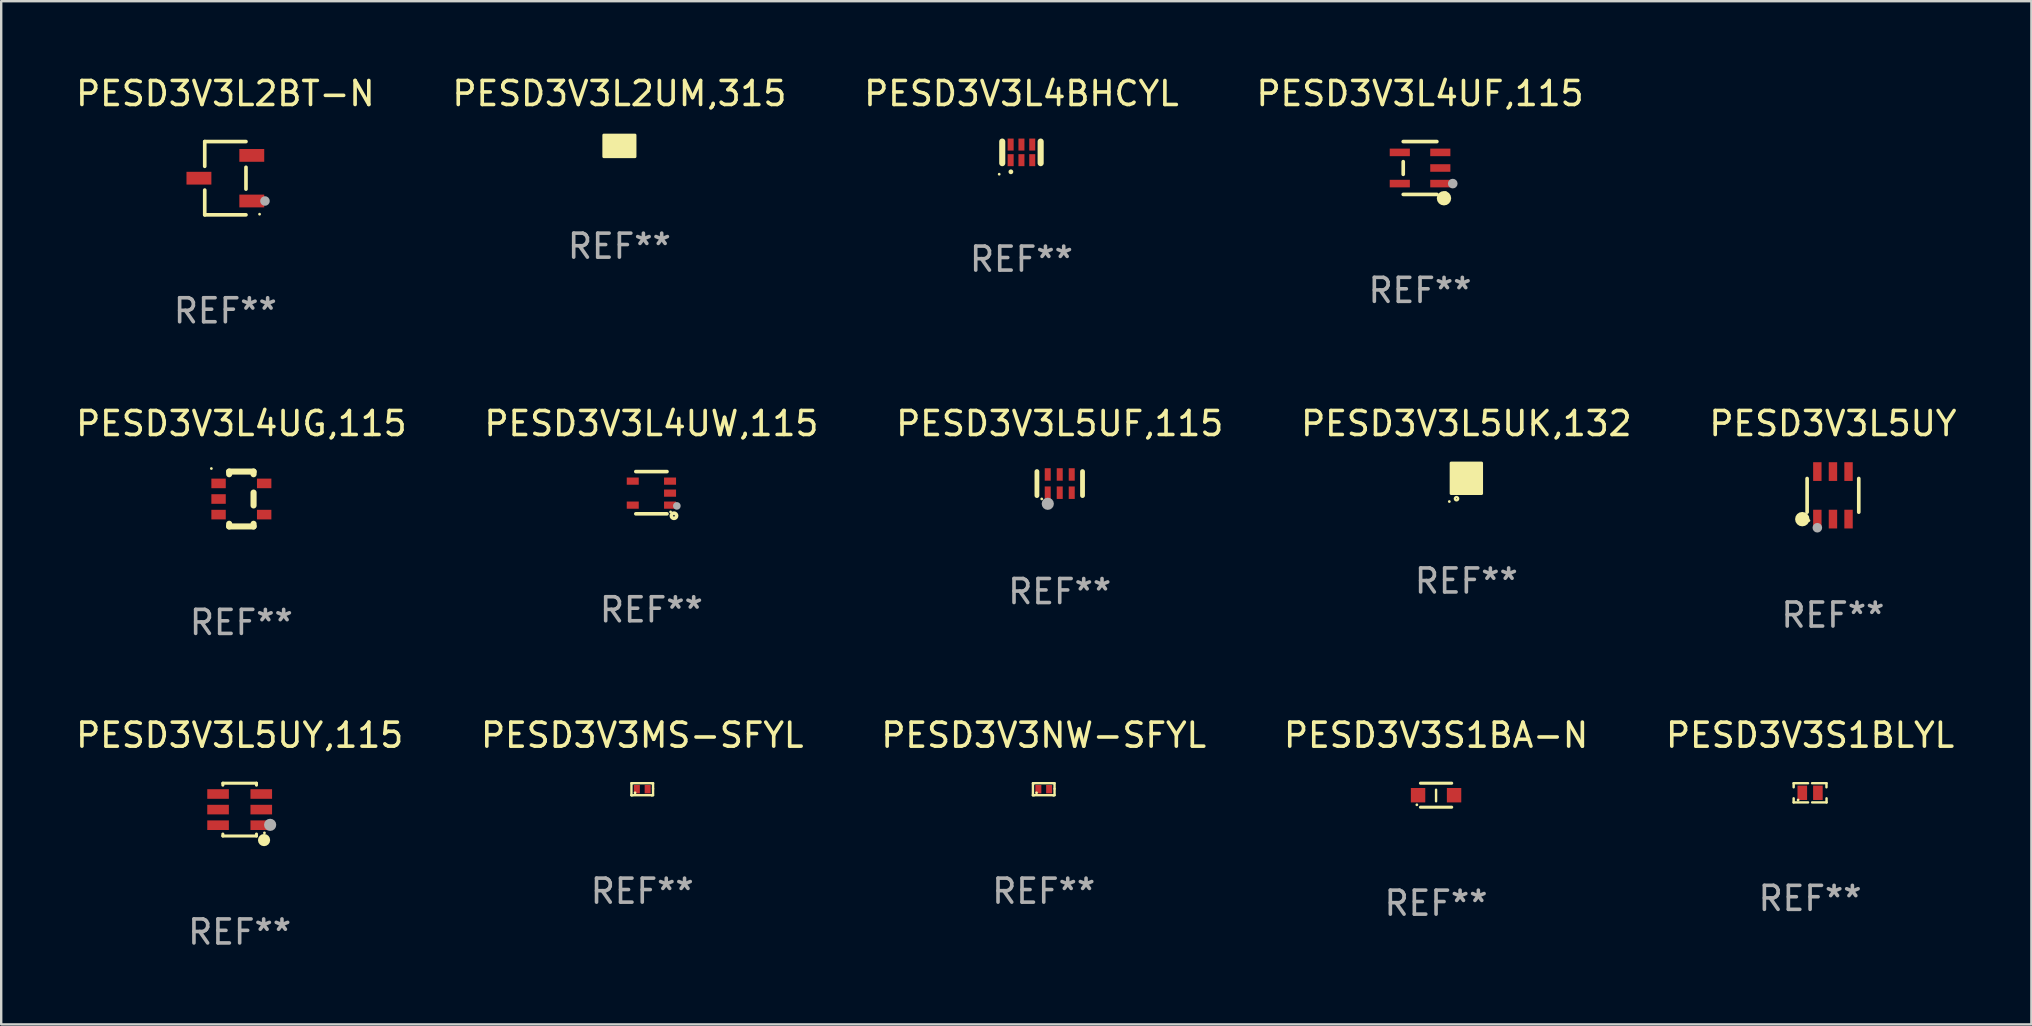
<source format=kicad_pcb>
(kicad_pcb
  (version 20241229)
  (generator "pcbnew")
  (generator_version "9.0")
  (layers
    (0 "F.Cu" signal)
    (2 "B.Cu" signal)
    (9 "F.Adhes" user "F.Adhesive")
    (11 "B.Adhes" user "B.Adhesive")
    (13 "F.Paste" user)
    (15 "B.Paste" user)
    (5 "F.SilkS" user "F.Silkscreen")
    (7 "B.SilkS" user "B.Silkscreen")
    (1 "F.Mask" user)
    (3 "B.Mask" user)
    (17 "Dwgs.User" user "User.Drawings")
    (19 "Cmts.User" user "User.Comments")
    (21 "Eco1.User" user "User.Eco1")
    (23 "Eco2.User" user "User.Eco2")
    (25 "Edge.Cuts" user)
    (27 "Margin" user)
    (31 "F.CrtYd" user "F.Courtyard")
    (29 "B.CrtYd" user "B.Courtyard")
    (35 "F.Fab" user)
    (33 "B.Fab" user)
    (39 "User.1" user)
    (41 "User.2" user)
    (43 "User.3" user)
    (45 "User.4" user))
  (footprint "PESD3V3L2UM,315"
    (layer "F.Cu")
    (at 22.756 3.028)
    (property "Reference" "PESD3V3L2UM,315" (at 0 -2.18 0) (layer "F.SilkS") (effects (font (size 1 1) (thickness 0.15))))
    (attr through_hole)
    (fp_circle (center 0.513 0.311) (end 0.543 0.311) (stroke (width 0.06) (type solid)) (fill no) (layer "F.SilkS"))
    (fp_poly (pts (xy -0.65 -0.45) (xy 0.65 -0.45) (xy 0.65 0.45) (xy -0.65 0.45)) (stroke (width 0.12) (type solid)) (fill yes) (layer "F.SilkS"))
    (fp_text user "REF**" (at 0 4.18 0) (layer "F.Fab") (effects (font (size 1 1) (thickness 0.15))))
    (pad "1" smd custom (at 0.35 0.18) (size 0.26 0.16) (layers "F.Cu" "F.Mask" "F.Paste") (options (anchor circle)) (primitives (gr_poly (pts (xy 0.13 0.08) (xy -0.13 0.08) (xy -0.13 -0.08) (xy 0.13 -0.08)) (width 0) (fill yes))))
    (pad "2" smd custom (at 0.35 -0.18) (size 0.26 0.16) (layers "F.Cu" "F.Mask" "F.Paste") (options (anchor circle)) (primitives (gr_poly (pts (xy 0.13 0.08) (xy -0.13 0.08) (xy -0.13 -0.08) (xy 0.13 -0.08)) (width 0) (fill yes))))
    (pad "3" smd custom (at -0.35 -0.005) (size 0.26 0.51) (layers "F.Cu" "F.Mask" "F.Paste") (options (anchor circle)) (primitives (gr_poly (pts (xy 0.13 0.255) (xy -0.13 0.255) (xy -0.13 -0.255) (xy 0.13 -0.255)) (width 0) (fill yes)))))
  (footprint "PESD3V3L5UK,132"
    (layer "F.Cu")
    (at 58.042 16.877)
    (property "Reference" "PESD3V3L5UK,132" (at 0 -2.28 0) (layer "F.SilkS") (effects (font (size 1 1) (thickness 0.15))))
    (attr through_hole)
    (fp_circle (center -0.71 0.968) (end -0.68 0.968) (stroke (width 0.06) (type solid)) (fill no) (layer "F.SilkS"))
    (fp_circle (center -0.41 0.85) (end -0.342 0.85) (stroke (width 0.1) (type solid)) (fill no) (layer "F.SilkS"))
    (fp_poly (pts (xy -0.635 -0.635) (xy 0.635 -0.635) (xy 0.635 0.635) (xy -0.635 0.635)) (stroke (width 0.12) (type solid)) (fill yes) (layer "F.SilkS"))
    (fp_text user "REF**" (at 0 4.28 0) (layer "F.Fab") (effects (font (size 1 1) (thickness 0.15))))
    (pad "1" smd rect (at -0.35 0.28 90) (size 0.4 0.2) (layers "F.Cu" "F.Mask" "F.Paste"))
    (pad "2" smd rect (at 0 0.28 90) (size 0.4 0.2) (layers "F.Cu" "F.Mask" "F.Paste"))
    (pad "3" smd rect (at 0.35 0.28 90) (size 0.4 0.2) (layers "F.Cu" "F.Mask" "F.Paste"))
    (pad "4" smd rect (at 0.35 -0.28 90) (size 0.4 0.2) (layers "F.Cu" "F.Mask" "F.Paste"))
    (pad "5" smd rect (at 0 -0.28 90) (size 0.4 0.2) (layers "F.Cu" "F.Mask" "F.Paste"))
    (pad "6" smd rect (at -0.35 -0.28 90) (size 0.4 0.2) (layers "F.Cu" "F.Mask" "F.Paste")))
  (footprint "PESD3V3L4UG,115"
    (layer "F.Cu")
    (at 7.006 17.74)
    (property "Reference" "PESD3V3L4UG,115" (at 0 -3.143 0) (layer "F.SilkS") (effects (font (size 1 1) (thickness 0.15))))
    (attr through_hole)
    (fp_line (start -0.508 -1.143) (end 0.508 -1.143) (stroke (width 0.254) (type solid)) (layer "F.SilkS"))
    (fp_line (start -0.508 -1.032) (end -0.508 -1.143) (stroke (width 0.254) (type solid)) (layer "F.SilkS"))
    (fp_line (start -0.508 1.143) (end -0.508 1.032) (stroke (width 0.254) (type solid)) (layer "F.SilkS"))
    (fp_line (start 0.508 -1.143) (end 0.508 -1.032) (stroke (width 0.254) (type solid)) (layer "F.SilkS"))
    (fp_line (start 0.508 -0.268) (end 0.508 0.268) (stroke (width 0.254) (type solid)) (layer "F.SilkS"))
    (fp_line (start 0.508 1.032) (end 0.508 1.143) (stroke (width 0.254) (type solid)) (layer "F.SilkS"))
    (fp_line (start 0.508 1.143) (end -0.508 1.143) (stroke (width 0.254) (type solid)) (layer "F.SilkS"))
    (fp_circle (center -1.25 -1.27) (end -1.22 -1.27) (stroke (width 0.06) (type solid)) (fill no) (layer "F.SilkS"))
    (fp_text user "REF**" (at 0 5.143 0) (layer "F.Fab") (effects (font (size 1 1) (thickness 0.15))))
    (pad "1" smd rect (at -0.95 -0.65 90) (size 0.4 0.6) (layers "F.Cu" "F.Mask" "F.Paste"))
    (pad "2" smd rect (at -0.95 0 90) (size 0.4 0.6) (layers "F.Cu" "F.Mask" "F.Paste"))
    (pad "3" smd rect (at -0.95 0.65 90) (size 0.4 0.6) (layers "F.Cu" "F.Mask" "F.Paste"))
    (pad "4" smd rect (at 0.95 0.65 90) (size 0.4 0.6) (layers "F.Cu" "F.Mask" "F.Paste"))
    (pad "5" smd rect (at 0.95 -0.65 90) (size 0.4 0.6) (layers "F.Cu" "F.Mask" "F.Paste")))
  (footprint "PESD3V3L4UW,115"
    (layer "F.Cu")
    (at 24.089 17.477)
    (property "Reference" "PESD3V3L4UW,115" (at 0 -2.88 0) (layer "F.SilkS") (effects (font (size 1 1) (thickness 0.15))))
    (attr through_hole)
    (fp_line (start 0.65 -0.88) (end -0.65 -0.88) (stroke (width 0.15) (type solid)) (layer "F.SilkS"))
    (fp_line (start 0.65 0.88) (end -0.65 0.88) (stroke (width 0.15) (type solid)) (layer "F.SilkS"))
    (fp_circle (center 0.8 0.8) (end 0.83 0.8) (stroke (width 0.06) (type solid)) (fill no) (layer "F.SilkS"))
    (fp_circle (center 0.94 0.96) (end 1.05 0.96) (stroke (width 0.15) (type solid)) (fill no) (layer "F.SilkS"))
    (fp_circle (center 1.06 0.55) (end 1.14 0.55) (stroke (width 0.16) (type solid)) (fill no) (layer "F.Fab"))
    (fp_text user "REF**" (at 0 4.88 0) (layer "F.Fab") (effects (font (size 1 1) (thickness 0.15))))
    (pad "1" smd rect (at 0.777 0.518) (size 0.5 0.3) (layers "F.Cu" "F.Mask" "F.Paste"))
    (pad "2" smd rect (at 0.777 0.018) (size 0.5 0.3) (layers "F.Cu" "F.Mask" "F.Paste"))
    (pad "3" smd rect (at 0.777 -0.482) (size 0.5 0.3) (layers "F.Cu" "F.Mask" "F.Paste"))
    (pad "4" smd rect (at -0.777 -0.482) (size 0.5 0.3) (layers "F.Cu" "F.Mask" "F.Paste"))
    (pad "5" smd rect (at -0.777 0.518) (size 0.5 0.3) (layers "F.Cu" "F.Mask" "F.Paste")))
  (footprint "PESD3V3L4BHCYL"
    (layer "F.Cu")
    (at 39.506 3.298)
    (property "Reference" "PESD3V3L4BHCYL" (at 0 -2.45 0) (layer "F.SilkS") (effects (font (size 1 1) (thickness 0.15))))
    (attr through_hole)
    (fp_line (start -0.8 -0.45) (end -0.8 0.45) (stroke (width 0.254) (type solid)) (layer "F.SilkS"))
    (fp_line (start 0.8 -0.45) (end 0.8 0.45) (stroke (width 0.254) (type solid)) (layer "F.SilkS"))
    (fp_circle (center -0.927 0.91) (end -0.897 0.91) (stroke (width 0.06) (type solid)) (fill no) (layer "F.SilkS"))
    (fp_circle (center -0.44 0.81) (end -0.39 0.81) (stroke (width 0.1) (type solid)) (fill no) (layer "F.SilkS"))
    (fp_text user "REF**" (at 0 4.45 0) (layer "F.Fab") (effects (font (size 1 1) (thickness 0.15))))
    (pad "1" smd rect (at -0.45 0.325) (size 0.25 0.5) (layers "F.Cu" "F.Mask" "F.Paste"))
    (pad "2" smd rect (at 0 0.325) (size 0.25 0.5) (layers "F.Cu" "F.Mask" "F.Paste"))
    (pad "3" smd rect (at 0.45 0.325) (size 0.25 0.5) (layers "F.Cu" "F.Mask" "F.Paste"))
    (pad "4" smd rect (at 0.45 -0.325) (size 0.25 0.5) (layers "F.Cu" "F.Mask" "F.Paste"))
    (pad "5" smd rect (at 0 -0.325) (size 0.25 0.5) (layers "F.Cu" "F.Mask" "F.Paste"))
    (pad "6" smd rect (at -0.45 -0.325) (size 0.25 0.5) (layers "F.Cu" "F.Mask" "F.Paste")))
  (footprint "PESD3V3L4UF,115"
    (layer "F.Cu")
    (at 56.113 3.949)
    (property "Reference" "PESD3V3L4UF,115" (at 0 -3.101 0) (layer "F.SilkS") (effects (font (size 1 1) (thickness 0.15))))
    (attr through_hole)
    (fp_line (start -0.701 -0.264) (end -0.701 0.264) (stroke (width 0.152) (type solid)) (layer "F.SilkS"))
    (fp_line (start 0.701 -1.101) (end -0.701 -1.101) (stroke (width 0.152) (type solid)) (layer "F.SilkS"))
    (fp_line (start 0.701 1.101) (end -0.701 1.101) (stroke (width 0.152) (type solid)) (layer "F.SilkS"))
    (fp_circle (center 0.997 1.26) (end 1.147 1.26) (stroke (width 0.3) (type solid)) (fill no) (layer "F.SilkS"))
    (fp_circle (center 1.063 1.025) (end 1.093 1.025) (stroke (width 0.06) (type solid)) (fill no) (layer "F.SilkS"))
    (fp_circle (center 1.362 0.65) (end 1.463 0.65) (stroke (width 0.2) (type solid)) (fill no) (layer "F.Fab"))
    (fp_text user "REF**" (at 0 5.101 0) (layer "F.Fab") (effects (font (size 1 1) (thickness 0.15))))
    (pad "1" smd rect (at 0.844 0.65) (size 0.839 0.315) (layers "F.Cu" "F.Mask" "F.Paste"))
    (pad "2" smd rect (at 0.844 0) (size 0.839 0.315) (layers "F.Cu" "F.Mask" "F.Paste"))
    (pad "3" smd rect (at 0.844 -0.65) (size 0.839 0.315) (layers "F.Cu" "F.Mask" "F.Paste"))
    (pad "4" smd rect (at -0.844 -0.65) (size 0.839 0.315) (layers "F.Cu" "F.Mask" "F.Paste"))
    (pad "5" smd rect (at -0.844 0.65) (size 0.839 0.315) (layers "F.Cu" "F.Mask" "F.Paste")))
  (footprint "PESD3V3L5UF,115"
    (layer "F.Cu")
    (at 41.101 17.097)
    (property "Reference" "PESD3V3L5UF,115" (at 0 -2.5 0) (layer "F.SilkS") (effects (font (size 1 1) (thickness 0.15))))
    (attr through_hole)
    (fp_line (start -0.95 0.5) (end -0.95 -0.5) (stroke (width 0.2) (type solid)) (layer "F.SilkS"))
    (fp_line (start 0.95 0.5) (end 0.95 -0.5) (stroke (width 0.2) (type solid)) (layer "F.SilkS"))
    (fp_circle (center -0.75 0.64) (end -0.72 0.64) (stroke (width 0.06) (type solid)) (fill no) (layer "F.SilkS"))
    (fp_circle (center -0.498 0.842) (end -0.371 0.842) (stroke (width 0.254) (type solid)) (fill no) (layer "F.Fab"))
    (fp_text user "REF**" (at 0 4.5 0) (layer "F.Fab") (effects (font (size 1 1) (thickness 0.15))))
    (pad "1" smd rect (at -0.5 0.38) (size 0.25 0.52) (layers "F.Cu" "F.Mask" "F.Paste"))
    (pad "2" smd rect (at 0 0.38) (size 0.25 0.52) (layers "F.Cu" "F.Mask" "F.Paste"))
    (pad "3" smd rect (at 0.5 0.38) (size 0.25 0.52) (layers "F.Cu" "F.Mask" "F.Paste"))
    (pad "4" smd rect (at 0.5 -0.38 180) (size 0.25 0.52) (layers "F.Cu" "F.Mask" "F.Paste"))
    (pad "5" smd rect (at 0 -0.38 180) (size 0.25 0.52) (layers "F.Cu" "F.Mask" "F.Paste"))
    (pad "6" smd rect (at -0.5 -0.38 180) (size 0.25 0.52) (layers "F.Cu" "F.Mask" "F.Paste")))
  (footprint "PESD3V3S1BA-N"
    (layer "F.Cu")
    (at 56.78 30.08)
    (property "Reference" "PESD3V3S1BA-N" (at 0 -2.5 0) (layer "F.SilkS") (effects (font (size 1 1) (thickness 0.15))))
    (attr through_hole)
    (fp_line (start -0.65 -0.5) (end 0.65 -0.5) (stroke (width 0.13) (type solid)) (layer "F.SilkS"))
    (fp_line (start -0.65 0.5) (end 0.65 0.5) (stroke (width 0.13) (type solid)) (layer "F.SilkS"))
    (fp_line (start 0 -0.229) (end 0 0.254) (stroke (width 0.1) (type solid)) (layer "F.SilkS"))
    (fp_circle (center -0.8 0.4) (end -0.77 0.4) (stroke (width 0.06) (type solid)) (fill no) (layer "F.SilkS"))
    (fp_text user "REF**" (at 0 4.5 0) (layer "F.Fab") (effects (font (size 1 1) (thickness 0.15))))
    (pad "1" smd rect (at -0.75 0) (size 0.6 0.6) (layers "F.Cu" "F.Mask" "F.Paste"))
    (pad "2" smd rect (at 0.75 0 180) (size 0.6 0.6) (layers "F.Cu" "F.Mask" "F.Paste")))
  (footprint "PESD3V3S1BLYL"
    (layer "F.Cu")
    (at 72.363 29.98)
    (property "Reference" "PESD3V3S1BLYL" (at 0 -2.4 0) (layer "F.SilkS") (effects (font (size 1 1) (thickness 0.15))))
    (attr through_hole)
    (fp_line (start -0.685 -0.4) (end -0.685 -0.23) (stroke (width 0.102) (type solid)) (layer "F.SilkS"))
    (fp_line (start -0.685 0.4) (end -0.685 0.23) (stroke (width 0.102) (type solid)) (layer "F.SilkS"))
    (fp_line (start -0.085 -0.4) (end -0.685 -0.4) (stroke (width 0.102) (type solid)) (layer "F.SilkS"))
    (fp_line (start -0.085 0.4) (end -0.685 0.4) (stroke (width 0.102) (type solid)) (layer "F.SilkS"))
    (fp_line (start 0.082 -0.4) (end 0.682 -0.4) (stroke (width 0.102) (type solid)) (layer "F.SilkS"))
    (fp_line (start 0.085 0.4) (end 0.685 0.4) (stroke (width 0.102) (type solid)) (layer "F.SilkS"))
    (fp_line (start 0.682 -0.4) (end 0.682 -0.23) (stroke (width 0.102) (type solid)) (layer "F.SilkS"))
    (fp_line (start 0.685 0.4) (end 0.685 0.23) (stroke (width 0.102) (type solid)) (layer "F.SilkS"))
    (fp_circle (center -0.5 0.3) (end -0.47 0.3) (stroke (width 0.06) (type solid)) (fill no) (layer "F.SilkS"))
    (fp_text user "REF**" (at 0 4.4 0) (layer "F.Fab") (effects (font (size 1 1) (thickness 0.15))))
    (pad "1" smd rect (at -0.325 0) (size 0.4 0.6) (layers "F.Cu" "F.Mask" "F.Paste"))
    (pad "2" smd rect (at 0.325 0) (size 0.4 0.6) (layers "F.Cu" "F.Mask" "F.Paste")))
  (footprint "PESD3V3MS-SFYL"
    (layer "F.Cu")
    (at 23.708 29.83)
    (property "Reference" "PESD3V3MS-SFYL" (at 0 -2.25 0) (layer "F.SilkS") (effects (font (size 1 1) (thickness 0.15))))
    (attr through_hole)
    (fp_line (start -0.45 -0.25) (end -0.45 0.25) (stroke (width 0.1) (type solid)) (layer "F.SilkS"))
    (fp_line (start -0.45 0.25) (end -0.45 0.25) (stroke (width 0.1) (type solid)) (layer "F.SilkS"))
    (fp_line (start -0.4 -0.25) (end -0.45 -0.25) (stroke (width 0.1) (type solid)) (layer "F.SilkS"))
    (fp_line (start -0.4 -0.25) (end 0.4 -0.25) (stroke (width 0.1) (type solid)) (layer "F.SilkS"))
    (fp_line (start -0.4 0.25) (end -0.45 0.25) (stroke (width 0.1) (type solid)) (layer "F.SilkS"))
    (fp_line (start -0.4 0.25) (end 0.4 0.25) (stroke (width 0.1) (type solid)) (layer "F.SilkS"))
    (fp_line (start 0.4 -0.25) (end 0.45 -0.25) (stroke (width 0.1) (type solid)) (layer "F.SilkS"))
    (fp_line (start 0.4 0.25) (end 0.4 0.25) (stroke (width 0.1) (type solid)) (layer "F.SilkS"))
    (fp_line (start 0.45 -0.25) (end 0.45 -0.018) (stroke (width 0.1) (type solid)) (layer "F.SilkS"))
    (fp_line (start 0.45 -0.018) (end 0.45 0.25) (stroke (width 0.1) (type solid)) (layer "F.SilkS"))
    (fp_line (start 0.45 0.25) (end 0.4 0.25) (stroke (width 0.1) (type solid)) (layer "F.SilkS"))
    (fp_circle (center -0.3 0.15) (end -0.27 0.15) (stroke (width 0.06) (type solid)) (fill no) (layer "F.SilkS"))
    (fp_text user "REF**" (at 0 4.25 0) (layer "F.Fab") (effects (font (size 1 1) (thickness 0.15))))
    (pad "1" smd rect (at -0.225 0) (size 0.25 0.35) (layers "F.Cu" "F.Mask" "F.Paste"))
    (pad "2" smd rect (at 0.225 0) (size 0.25 0.35) (layers "F.Cu" "F.Mask" "F.Paste")))
  (footprint "PESD3V3L2BT-N"
    (layer "F.Cu")
    (at 6.339 4.374)
    (property "Reference" "PESD3V3L2BT-N" (at 0 -3.526 0) (layer "F.SilkS") (effects (font (size 1 1) (thickness 0.15))))
    (attr through_hole)
    (fp_line (start -0.859 -1.526) (end -0.859 -0.495) (stroke (width 0.152) (type solid)) (layer "F.SilkS"))
    (fp_line (start -0.859 1.526) (end -0.859 0.495) (stroke (width 0.152) (type solid)) (layer "F.SilkS"))
    (fp_line (start 0.859 -1.526) (end -0.859 -1.526) (stroke (width 0.152) (type solid)) (layer "F.SilkS"))
    (fp_line (start 0.859 -0.455) (end 0.859 0.455) (stroke (width 0.152) (type solid)) (layer "F.SilkS"))
    (fp_line (start 0.859 1.526) (end -0.859 1.526) (stroke (width 0.152) (type solid)) (layer "F.SilkS"))
    (fp_circle (center 1.425 1.5) (end 1.455 1.5) (stroke (width 0.06) (type solid)) (fill no) (layer "F.SilkS"))
    (fp_circle (center 1.65 0.95) (end 1.75 0.95) (stroke (width 0.2) (type solid)) (fill no) (layer "F.Fab"))
    (fp_text user "REF**" (at 0 5.526 0) (layer "F.Fab") (effects (font (size 1 1) (thickness 0.15))))
    (pad "1" smd rect (at 1.101 0.95) (size 1.037 0.532) (layers "F.Cu" "F.Mask" "F.Paste"))
    (pad "2" smd rect (at 1.101 -0.95) (size 1.037 0.532) (layers "F.Cu" "F.Mask" "F.Paste"))
    (pad "3" smd rect (at -1.101 0) (size 1.037 0.532) (layers "F.Cu" "F.Mask" "F.Paste")))
  (footprint "PESD3V3NW-SFYL"
    (layer "F.Cu")
    (at 40.435 29.83)
    (property "Reference" "PESD3V3NW-SFYL" (at 0 -2.25 0) (layer "F.SilkS") (effects (font (size 1 1) (thickness 0.15))))
    (attr through_hole)
    (fp_line (start -0.45 -0.25) (end -0.45 0.25) (stroke (width 0.1) (type solid)) (layer "F.SilkS"))
    (fp_line (start -0.45 0.25) (end -0.45 0.25) (stroke (width 0.1) (type solid)) (layer "F.SilkS"))
    (fp_line (start -0.4 -0.25) (end -0.45 -0.25) (stroke (width 0.1) (type solid)) (layer "F.SilkS"))
    (fp_line (start -0.4 -0.25) (end 0.4 -0.25) (stroke (width 0.1) (type solid)) (layer "F.SilkS"))
    (fp_line (start -0.4 0.25) (end -0.45 0.25) (stroke (width 0.1) (type solid)) (layer "F.SilkS"))
    (fp_line (start -0.4 0.25) (end 0.4 0.25) (stroke (width 0.1) (type solid)) (layer "F.SilkS"))
    (fp_line (start 0.4 -0.25) (end 0.45 -0.25) (stroke (width 0.1) (type solid)) (layer "F.SilkS"))
    (fp_line (start 0.4 0.25) (end 0.4 0.25) (stroke (width 0.1) (type solid)) (layer "F.SilkS"))
    (fp_line (start 0.45 -0.25) (end 0.45 -0.018) (stroke (width 0.1) (type solid)) (layer "F.SilkS"))
    (fp_line (start 0.45 -0.018) (end 0.45 0.25) (stroke (width 0.1) (type solid)) (layer "F.SilkS"))
    (fp_line (start 0.45 0.25) (end 0.4 0.25) (stroke (width 0.1) (type solid)) (layer "F.SilkS"))
    (fp_circle (center -0.3 0.15) (end -0.27 0.15) (stroke (width 0.06) (type solid)) (fill no) (layer "F.SilkS"))
    (fp_text user "REF**" (at 0 4.25 0) (layer "F.Fab") (effects (font (size 1 1) (thickness 0.15))))
    (pad "1" smd rect (at -0.225 0) (size 0.25 0.35) (layers "F.Cu" "F.Mask" "F.Paste"))
    (pad "2" smd rect (at 0.225 0) (size 0.25 0.35) (layers "F.Cu" "F.Mask" "F.Paste")))
  (footprint "PESD3V3L5UY"
    (layer "F.Cu")
    (at 73.315 17.587)
    (property "Reference" "PESD3V3L5UY" (at 0 -2.99 0) (layer "F.SilkS") (effects (font (size 1 1) (thickness 0.15))))
    (attr through_hole)
    (fp_line (start -1.076 0.701) (end -1.076 -0.701) (stroke (width 0.152) (type solid)) (layer "F.SilkS"))
    (fp_line (start 1.076 0.701) (end 1.076 -0.701) (stroke (width 0.152) (type solid)) (layer "F.SilkS"))
    (fp_circle (center -1.277 0.992) (end -1.127 0.992) (stroke (width 0.3) (type solid)) (fill no) (layer "F.SilkS"))
    (fp_circle (center -1 1.05) (end -0.97 1.05) (stroke (width 0.06) (type solid)) (fill no) (layer "F.SilkS"))
    (fp_circle (center -0.65 1.35) (end -0.55 1.35) (stroke (width 0.2) (type solid)) (fill no) (layer "F.Fab"))
    (fp_text user "REF**" (at 0 4.99 0) (layer "F.Fab") (effects (font (size 1 1) (thickness 0.15))))
    (pad "1" smd rect (at -0.65 0.99) (size 0.35 0.78) (layers "F.Cu" "F.Mask" "F.Paste"))
    (pad "2" smd rect (at 0 0.99) (size 0.35 0.78) (layers "F.Cu" "F.Mask" "F.Paste"))
    (pad "3" smd rect (at 0.65 0.99) (size 0.35 0.78) (layers "F.Cu" "F.Mask" "F.Paste"))
    (pad "4" smd rect (at 0.65 -0.99) (size 0.35 0.78) (layers "F.Cu" "F.Mask" "F.Paste"))
    (pad "5" smd rect (at 0 -0.99) (size 0.35 0.78) (layers "F.Cu" "F.Mask" "F.Paste"))
    (pad "6" smd rect (at -0.65 -0.99) (size 0.35 0.78) (layers "F.Cu" "F.Mask" "F.Paste")))
  (footprint "PESD3V3L5UY,115"
    (layer "F.Cu")
    (at 6.935 30.68)
    (property "Reference" "PESD3V3L5UY,115" (at 0 -3.1 0) (layer "F.SilkS") (effects (font (size 1 1) (thickness 0.15))))
    (attr through_hole)
    (fp_line (start -0.7 -1.018) (end -0.7 -1.1) (stroke (width 0.127) (type solid)) (layer "F.SilkS"))
    (fp_line (start -0.7 1.1) (end -0.7 1.018) (stroke (width 0.127) (type solid)) (layer "F.SilkS"))
    (fp_line (start 0.7 -1.1) (end -0.7 -1.1) (stroke (width 0.127) (type solid)) (layer "F.SilkS"))
    (fp_line (start 0.7 -1.018) (end 0.7 -1.1) (stroke (width 0.127) (type solid)) (layer "F.SilkS"))
    (fp_line (start 0.7 1.1) (end -0.7 1.1) (stroke (width 0.127) (type solid)) (layer "F.SilkS"))
    (fp_line (start 0.7 1.1) (end 0.7 1.018) (stroke (width 0.127) (type solid)) (layer "F.SilkS"))
    (fp_circle (center 1.016 1.27) (end 1.143 1.27) (stroke (width 0.254) (type solid)) (fill no) (layer "F.SilkS"))
    (fp_circle (center 1.032 0.97) (end 1.062 0.97) (stroke (width 0.06) (type solid)) (fill no) (layer "F.SilkS"))
    (fp_circle (center 1.27 0.635) (end 1.397 0.635) (stroke (width 0.254) (type solid)) (fill no) (layer "F.Fab"))
    (fp_text user "REF**" (at 0 5.1 0) (layer "F.Fab") (effects (font (size 1 1) (thickness 0.15))))
    (pad "1" smd rect (at 0.9 0.65 90) (size 0.4 0.9) (layers "F.Cu" "F.Mask" "F.Paste"))
    (pad "2" smd rect (at 0.9 -0.000102 90) (size 0.4 0.9) (layers "F.Cu" "F.Mask" "F.Paste"))
    (pad "3" smd rect (at 0.9 -0.65 90) (size 0.4 0.9) (layers "F.Cu" "F.Mask" "F.Paste"))
    (pad "4" smd rect (at -0.9 -0.65 90) (size 0.4 0.9) (layers "F.Cu" "F.Mask" "F.Paste"))
    (pad "5" smd rect (at -0.9 -0.000102 90) (size 0.4 0.9) (layers "F.Cu" "F.Mask" "F.Paste"))
    (pad "6" smd rect (at -0.9 0.65 90) (size 0.4 0.9) (layers "F.Cu" "F.Mask" "F.Paste")))
  (gr_rect
    (start -3 -3)
    (end 81.583 39.628)
    (stroke (width 0.1) (type default))
    (fill no)
    (layer "Edge.Cuts")))
</source>
